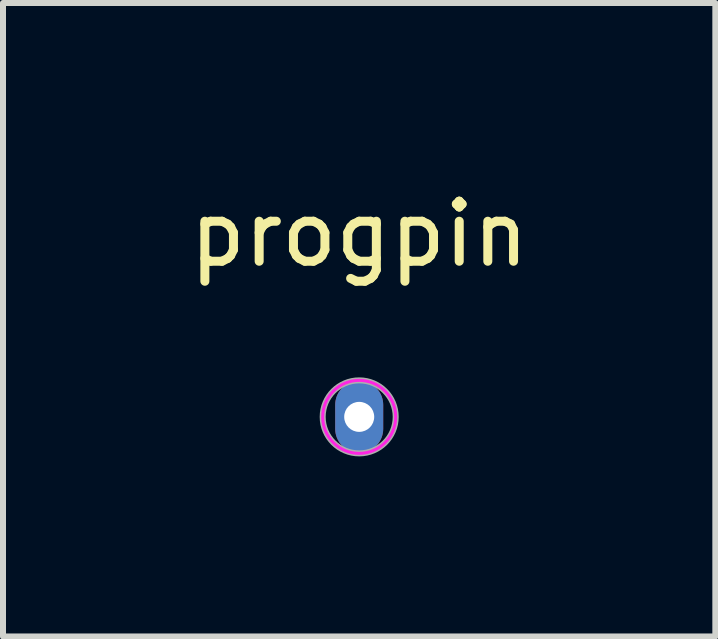
<source format=kicad_pcb>
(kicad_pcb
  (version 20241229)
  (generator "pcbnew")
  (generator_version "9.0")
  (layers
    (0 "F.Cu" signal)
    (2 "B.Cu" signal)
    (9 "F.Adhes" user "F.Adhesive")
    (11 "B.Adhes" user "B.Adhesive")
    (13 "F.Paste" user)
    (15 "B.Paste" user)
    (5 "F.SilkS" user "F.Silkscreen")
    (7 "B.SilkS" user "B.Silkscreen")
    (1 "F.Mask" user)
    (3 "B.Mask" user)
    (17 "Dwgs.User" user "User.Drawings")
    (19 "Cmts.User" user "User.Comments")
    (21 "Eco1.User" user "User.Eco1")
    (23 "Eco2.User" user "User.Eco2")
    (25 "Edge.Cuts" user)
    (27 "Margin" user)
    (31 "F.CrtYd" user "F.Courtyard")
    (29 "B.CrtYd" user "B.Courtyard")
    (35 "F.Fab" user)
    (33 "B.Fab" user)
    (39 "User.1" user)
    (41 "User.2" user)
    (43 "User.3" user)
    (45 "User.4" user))
  (footprint "progpin"
    (layer "F.Cu")
    (at 2.935 3.896)
    (property "Reference" "progpin" (at 0 -3.048 0) (layer "F.SilkS") (effects (font (size 1 1) (thickness 0.15))))
    (attr through_hole)
    (fp_circle (center 0 0) (end 0.6 0.1) (stroke (width 0.05) (type solid)) (fill no) (layer "F.CrtYd"))
    (fp_circle (center 0 0) (end 0.6 0.1) (stroke (width 0.1) (type solid)) (fill no) (layer "F.Fab"))
    (pad "1" thru_hole oval (at 0 0) (size 0.8 1.2) (drill 0.5) (layers "*.Cu" "*.Mask")))
  (gr_rect
    (start -3 -3)
    (end 8.869 7.555)
    (stroke (width 0.1) (type default))
    (fill no)
    (layer "Edge.Cuts")))
</source>
